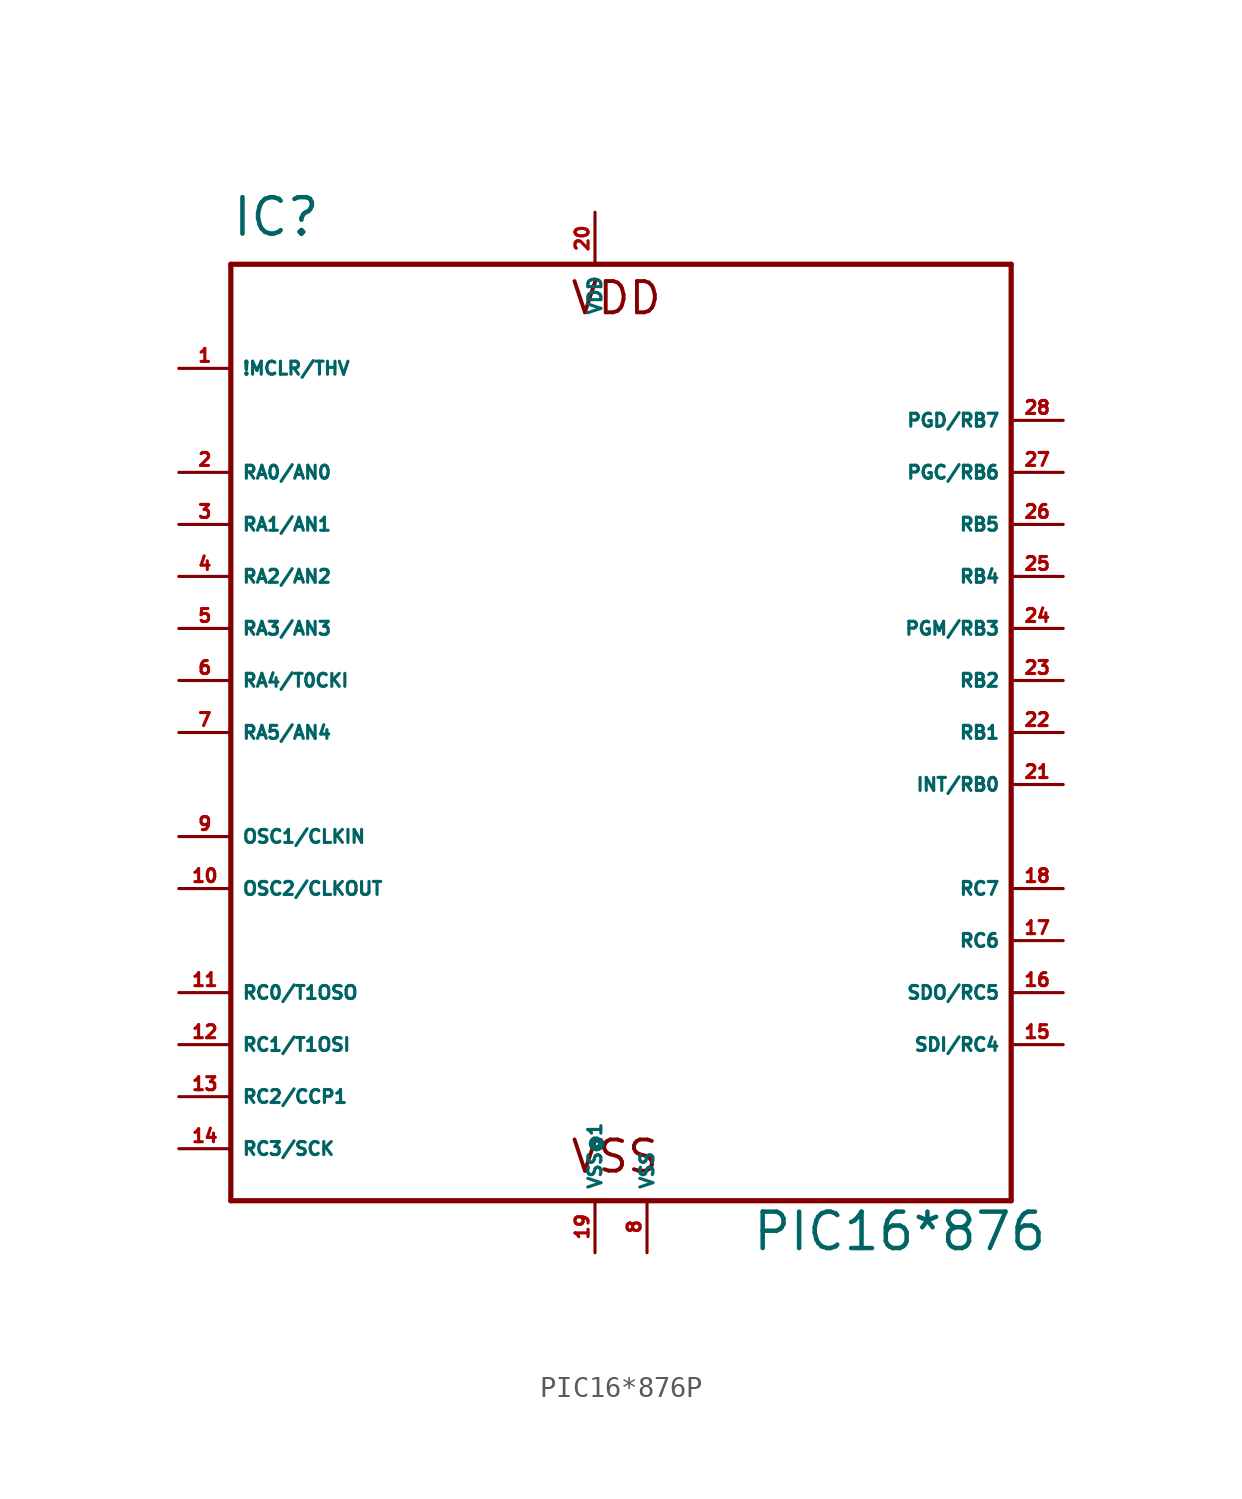
<source format=kicad_sym>
(kicad_symbol_lib
  (version 20220914)
  (generator Eagle2Kicad)
  (symbol "PIC16*876P"
    (property "Reference" "IC"
      (at -17.78 24.13 0)
      (effects (font (size 1.778 1.778) (thickness 0.22)) (justify left bottom)))
    (property "Value" "PIC16*876"
      (at 7.62 -25.4 0)
      (effects (font (size 1.778 1.778) (thickness 0.22)) (justify left bottom)))
    (polyline
      (pts (xy -17.78 22.86) (xy 20.32 22.86))
      (stroke (width 0.254) (type default))
      (fill (type none)))
    (polyline
      (pts (xy 20.32 22.86) (xy 20.32 -22.86))
      (stroke (width 0.254) (type default))
      (fill (type none)))
    (polyline
      (pts (xy 20.32 -22.86) (xy -17.78 -22.86))
      (stroke (width 0.254) (type default))
      (fill (type none)))
    (polyline
      (pts (xy -17.78 -22.86) (xy -17.78 22.86))
      (stroke (width 0.254) (type default))
      (fill (type none)))
    (text "VDD"
      (at -1.27 20.32 0)
      (effects (font (size 1.524 1.524) (thickness 0.19)) (justify left bottom)))
    (text "VSS"
      (at -1.27 -21.59 0)
      (effects (font (size 1.524 1.524) (thickness 0.19)) (justify left bottom)))
    (pin input line
      (at -20.32 17.78 0)
      (length 2.54)
      (name "!MCLR/THV" (effects (font (size 0.635 0.635) (thickness 0.08)) (justify left bottom)))
      (number "1" (effects (font (size 0.635 0.635) (thickness 0.08)) (justify left bottom))))
    (pin bidirectional line
      (at -20.32 12.7 0)
      (length 2.54)
      (name "RA0/AN0" (effects (font (size 0.635 0.635) (thickness 0.08)) (justify left bottom)))
      (number "2" (effects (font (size 0.635 0.635) (thickness 0.08)) (justify left bottom))))
    (pin bidirectional line
      (at -20.32 10.16 0)
      (length 2.54)
      (name "RA1/AN1" (effects (font (size 0.635 0.635) (thickness 0.08)) (justify left bottom)))
      (number "3" (effects (font (size 0.635 0.635) (thickness 0.08)) (justify left bottom))))
    (pin bidirectional line
      (at -20.32 7.62 0)
      (length 2.54)
      (name "RA2/AN2" (effects (font (size 0.635 0.635) (thickness 0.08)) (justify left bottom)))
      (number "4" (effects (font (size 0.635 0.635) (thickness 0.08)) (justify left bottom))))
    (pin bidirectional line
      (at -20.32 5.08 0)
      (length 2.54)
      (name "RA3/AN3" (effects (font (size 0.635 0.635) (thickness 0.08)) (justify left bottom)))
      (number "5" (effects (font (size 0.635 0.635) (thickness 0.08)) (justify left bottom))))
    (pin bidirectional line
      (at -20.32 2.54 0)
      (length 2.54)
      (name "RA4/T0CKI" (effects (font (size 0.635 0.635) (thickness 0.08)) (justify left bottom)))
      (number "6" (effects (font (size 0.635 0.635) (thickness 0.08)) (justify left bottom))))
    (pin bidirectional line
      (at -20.32 0 0)
      (length 2.54)
      (name "RA5/AN4" (effects (font (size 0.635 0.635) (thickness 0.08)) (justify left bottom)))
      (number "7" (effects (font (size 0.635 0.635) (thickness 0.08)) (justify left bottom))))
    (pin input line
      (at -20.32 -5.08 0)
      (length 2.54)
      (name "OSC1/CLKIN" (effects (font (size 0.635 0.635) (thickness 0.08)) (justify left bottom)))
      (number "9" (effects (font (size 0.635 0.635) (thickness 0.08)) (justify left bottom))))
    (pin output line
      (at -20.32 -7.62 0)
      (length 2.54)
      (name "OSC2/CLKOUT" (effects (font (size 0.635 0.635) (thickness 0.08)) (justify left bottom)))
      (number "10" (effects (font (size 0.635 0.635) (thickness 0.08)) (justify left bottom))))
    (pin bidirectional line
      (at -20.32 -12.7 0)
      (length 2.54)
      (name "RC0/T1OSO" (effects (font (size 0.635 0.635) (thickness 0.08)) (justify left bottom)))
      (number "11" (effects (font (size 0.635 0.635) (thickness 0.08)) (justify left bottom))))
    (pin bidirectional line
      (at -20.32 -15.24 0)
      (length 2.54)
      (name "RC1/T1OSI" (effects (font (size 0.635 0.635) (thickness 0.08)) (justify left bottom)))
      (number "12" (effects (font (size 0.635 0.635) (thickness 0.08)) (justify left bottom))))
    (pin bidirectional line
      (at -20.32 -17.78 0)
      (length 2.54)
      (name "RC2/CCP1" (effects (font (size 0.635 0.635) (thickness 0.08)) (justify left bottom)))
      (number "13" (effects (font (size 0.635 0.635) (thickness 0.08)) (justify left bottom))))
    (pin bidirectional line
      (at -20.32 -20.32 0)
      (length 2.54)
      (name "RC3/SCK" (effects (font (size 0.635 0.635) (thickness 0.08)) (justify left bottom)))
      (number "14" (effects (font (size 0.635 0.635) (thickness 0.08)) (justify left bottom))))
    (pin bidirectional line
      (at 22.86 -15.24 180)
      (length 2.54)
      (name "SDI/RC4" (effects (font (size 0.635 0.635) (thickness 0.08)) (justify left bottom)))
      (number "15" (effects (font (size 0.635 0.635) (thickness 0.08)) (justify left bottom))))
    (pin bidirectional line
      (at 22.86 -12.7 180)
      (length 2.54)
      (name "SDO/RC5" (effects (font (size 0.635 0.635) (thickness 0.08)) (justify left bottom)))
      (number "16" (effects (font (size 0.635 0.635) (thickness 0.08)) (justify left bottom))))
    (pin bidirectional line
      (at 22.86 -10.16 180)
      (length 2.54)
      (name "RC6" (effects (font (size 0.635 0.635) (thickness 0.08)) (justify left bottom)))
      (number "17" (effects (font (size 0.635 0.635) (thickness 0.08)) (justify left bottom))))
    (pin bidirectional line
      (at 22.86 -7.62 180)
      (length 2.54)
      (name "RC7" (effects (font (size 0.635 0.635) (thickness 0.08)) (justify left bottom)))
      (number "18" (effects (font (size 0.635 0.635) (thickness 0.08)) (justify left bottom))))
    (pin unspecified line
      (at 2.54 -25.4 90)
      (length 2.54)
      (name "VSS" (effects (font (size 0.635 0.635) (thickness 0.08)) (justify left bottom)))
      (number "8" (effects (font (size 0.635 0.635) (thickness 0.08)) (justify left bottom))))
    (pin unspecified line
      (at 0 25.4 270)
      (length 2.54)
      (name "VDD" (effects (font (size 0.635 0.635) (thickness 0.08)) (justify left bottom)))
      (number "20" (effects (font (size 0.635 0.635) (thickness 0.08)) (justify left bottom))))
    (pin bidirectional line
      (at 22.86 -2.54 180)
      (length 2.54)
      (name "INT/RB0" (effects (font (size 0.635 0.635) (thickness 0.08)) (justify left bottom)))
      (number "21" (effects (font (size 0.635 0.635) (thickness 0.08)) (justify left bottom))))
    (pin bidirectional line
      (at 22.86 0 180)
      (length 2.54)
      (name "RB1" (effects (font (size 0.635 0.635) (thickness 0.08)) (justify left bottom)))
      (number "22" (effects (font (size 0.635 0.635) (thickness 0.08)) (justify left bottom))))
    (pin bidirectional line
      (at 22.86 2.54 180)
      (length 2.54)
      (name "RB2" (effects (font (size 0.635 0.635) (thickness 0.08)) (justify left bottom)))
      (number "23" (effects (font (size 0.635 0.635) (thickness 0.08)) (justify left bottom))))
    (pin bidirectional line
      (at 22.86 5.08 180)
      (length 2.54)
      (name "PGM/RB3" (effects (font (size 0.635 0.635) (thickness 0.08)) (justify left bottom)))
      (number "24" (effects (font (size 0.635 0.635) (thickness 0.08)) (justify left bottom))))
    (pin bidirectional line
      (at 22.86 7.62 180)
      (length 2.54)
      (name "RB4" (effects (font (size 0.635 0.635) (thickness 0.08)) (justify left bottom)))
      (number "25" (effects (font (size 0.635 0.635) (thickness 0.08)) (justify left bottom))))
    (pin bidirectional line
      (at 22.86 10.16 180)
      (length 2.54)
      (name "RB5" (effects (font (size 0.635 0.635) (thickness 0.08)) (justify left bottom)))
      (number "26" (effects (font (size 0.635 0.635) (thickness 0.08)) (justify left bottom))))
    (pin bidirectional line
      (at 22.86 12.7 180)
      (length 2.54)
      (name "PGC/RB6" (effects (font (size 0.635 0.635) (thickness 0.08)) (justify left bottom)))
      (number "27" (effects (font (size 0.635 0.635) (thickness 0.08)) (justify left bottom))))
    (pin bidirectional line
      (at 22.86 15.24 180)
      (length 2.54)
      (name "PGD/RB7" (effects (font (size 0.635 0.635) (thickness 0.08)) (justify left bottom)))
      (number "28" (effects (font (size 0.635 0.635) (thickness 0.08)) (justify left bottom))))
    (pin unspecified line
      (at 0 -25.4 90)
      (length 2.54)
      (name "VSS@1" (effects (font (size 0.635 0.635) (thickness 0.08)) (justify left bottom)))
      (number "19" (effects (font (size 0.635 0.635) (thickness 0.08)) (justify left bottom))))))
</source>
